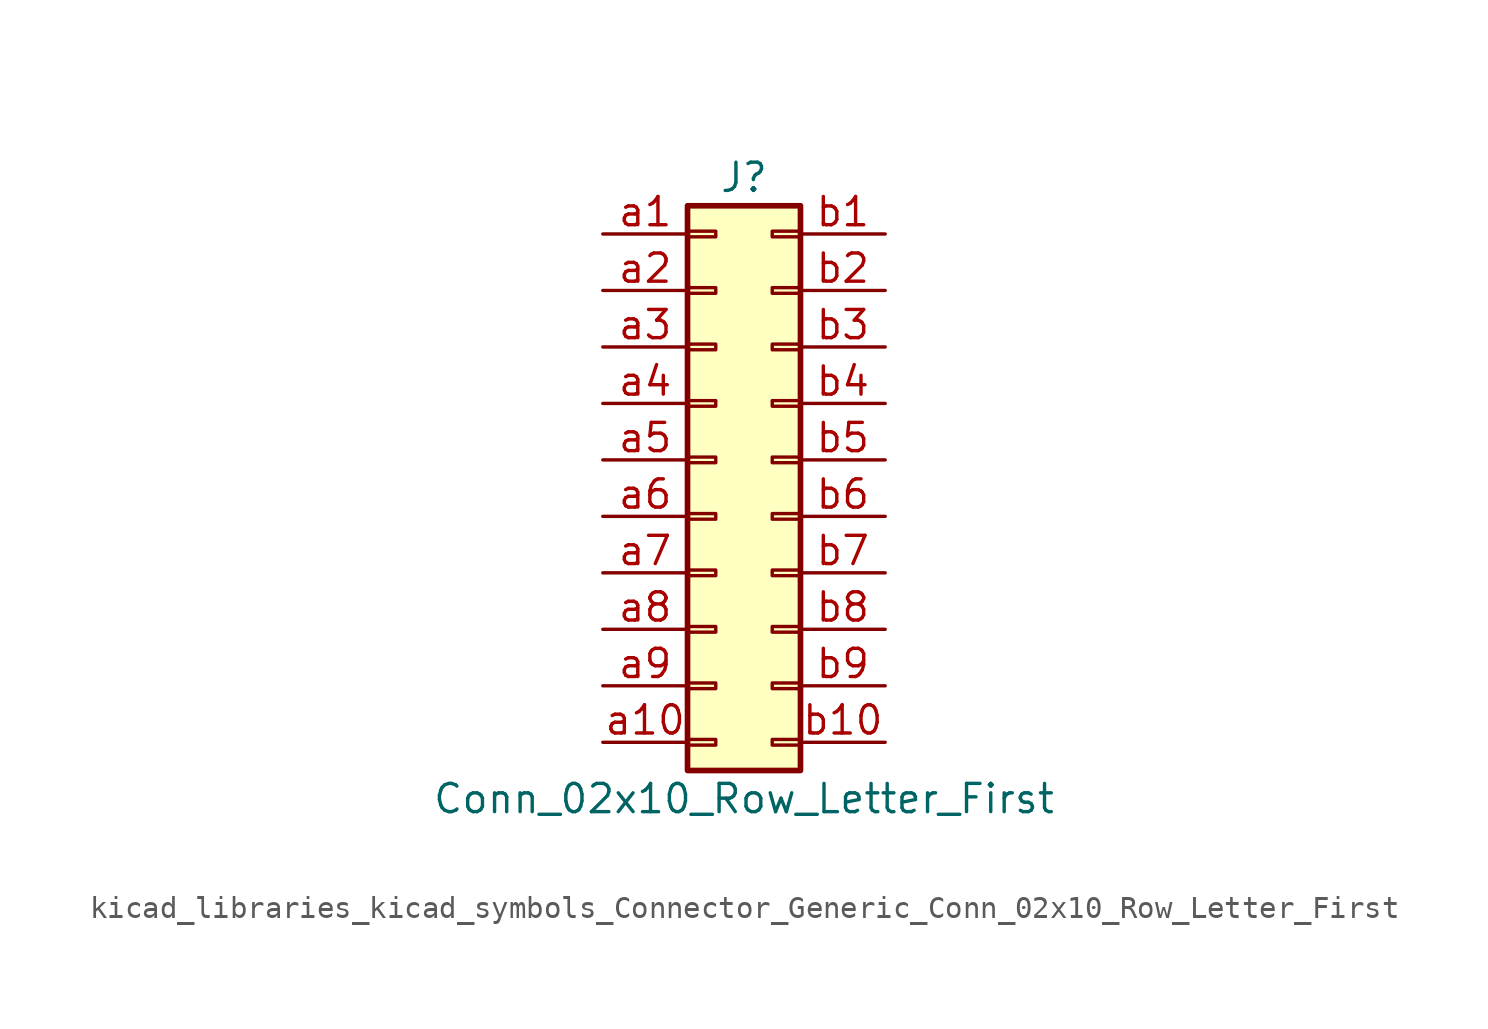
<source format=kicad_sym>
(kicad_symbol_lib
  (version 20220914)
  (generator kicad_symbol_editor)
  (symbol "kicad_libraries_kicad_symbols_Connector_Generic_Conn_02x10_Row_Letter_First"
    (pin_names
      (offset 1.016) hide)
    (property "Reference" "J"
      (at 1.27 12.7 0)
      (effects (font (size 1.27 1.27))))
    (property "Value" "Conn_02x10_Row_Letter_First"
      (at 1.27 -15.24 0)
      (effects (font (size 1.27 1.27))))
    (symbol "kicad_libraries_kicad_symbols_Connector_Generic_Conn_02x10_Row_Letter_First_1_1"
      (rectangle (start -1.27 -12.573) (end 0 -12.827) (stroke (width 0.152) (type default)) (fill (type none)))
      (rectangle (start -1.27 -10.033) (end 0 -10.287) (stroke (width 0.152) (type default)) (fill (type none)))
      (rectangle (start -1.27 -7.493) (end 0 -7.747) (stroke (width 0.152) (type default)) (fill (type none)))
      (rectangle (start -1.27 -4.953) (end 0 -5.207) (stroke (width 0.152) (type default)) (fill (type none)))
      (rectangle (start -1.27 -2.413) (end 0 -2.667) (stroke (width 0.152) (type default)) (fill (type none)))
      (rectangle (start -1.27 0.127) (end 0 -0.127) (stroke (width 0.152) (type default)) (fill (type none)))
      (rectangle (start -1.27 2.667) (end 0 2.413) (stroke (width 0.152) (type default)) (fill (type none)))
      (rectangle (start -1.27 5.207) (end 0 4.953) (stroke (width 0.152) (type default)) (fill (type none)))
      (rectangle (start -1.27 7.747) (end 0 7.493) (stroke (width 0.152) (type default)) (fill (type none)))
      (rectangle (start -1.27 10.287) (end 0 10.033) (stroke (width 0.152) (type default)) (fill (type none)))
      (rectangle (start -1.27 11.43) (end 3.81 -13.97) (stroke (width 0.254) (type default)) (fill (type background)))
      (rectangle (start 3.81 -12.573) (end 2.54 -12.827) (stroke (width 0.152) (type default)) (fill (type none)))
      (rectangle (start 3.81 -10.033) (end 2.54 -10.287) (stroke (width 0.152) (type default)) (fill (type none)))
      (rectangle (start 3.81 -7.493) (end 2.54 -7.747) (stroke (width 0.152) (type default)) (fill (type none)))
      (rectangle (start 3.81 -4.953) (end 2.54 -5.207) (stroke (width 0.152) (type default)) (fill (type none)))
      (rectangle (start 3.81 -2.413) (end 2.54 -2.667) (stroke (width 0.152) (type default)) (fill (type none)))
      (rectangle (start 3.81 0.127) (end 2.54 -0.127) (stroke (width 0.152) (type default)) (fill (type none)))
      (rectangle (start 3.81 2.667) (end 2.54 2.413) (stroke (width 0.152) (type default)) (fill (type none)))
      (rectangle (start 3.81 5.207) (end 2.54 4.953) (stroke (width 0.152) (type default)) (fill (type none)))
      (rectangle (start 3.81 7.747) (end 2.54 7.493) (stroke (width 0.152) (type default)) (fill (type none)))
      (rectangle (start 3.81 10.287) (end 2.54 10.033) (stroke (width 0.152) (type default)) (fill (type none)))
      (pin passive line (at -5.08 10.16 0) (length 3.81) (name "Pin_a1" (effects (font (size 1.27 1.27)))) (number "a1" (effects (font (size 1.27 1.27)))))
      (pin passive line (at -5.08 -12.7 0) (length 3.81) (name "Pin_a10" (effects (font (size 1.27 1.27)))) (number "a10" (effects (font (size 1.27 1.27)))))
      (pin passive line (at -5.08 7.62 0) (length 3.81) (name "Pin_a2" (effects (font (size 1.27 1.27)))) (number "a2" (effects (font (size 1.27 1.27)))))
      (pin passive line (at -5.08 5.08 0) (length 3.81) (name "Pin_a3" (effects (font (size 1.27 1.27)))) (number "a3" (effects (font (size 1.27 1.27)))))
      (pin passive line (at -5.08 2.54 0) (length 3.81) (name "Pin_a4" (effects (font (size 1.27 1.27)))) (number "a4" (effects (font (size 1.27 1.27)))))
      (pin passive line (at -5.08 0 0) (length 3.81) (name "Pin_a5" (effects (font (size 1.27 1.27)))) (number "a5" (effects (font (size 1.27 1.27)))))
      (pin passive line (at -5.08 -2.54 0) (length 3.81) (name "Pin_a6" (effects (font (size 1.27 1.27)))) (number "a6" (effects (font (size 1.27 1.27)))))
      (pin passive line (at -5.08 -5.08 0) (length 3.81) (name "Pin_a7" (effects (font (size 1.27 1.27)))) (number "a7" (effects (font (size 1.27 1.27)))))
      (pin passive line (at -5.08 -7.62 0) (length 3.81) (name "Pin_a8" (effects (font (size 1.27 1.27)))) (number "a8" (effects (font (size 1.27 1.27)))))
      (pin passive line (at -5.08 -10.16 0) (length 3.81) (name "Pin_a9" (effects (font (size 1.27 1.27)))) (number "a9" (effects (font (size 1.27 1.27)))))
      (pin passive line (at 7.62 10.16 180) (length 3.81) (name "Pin_b1" (effects (font (size 1.27 1.27)))) (number "b1" (effects (font (size 1.27 1.27)))))
      (pin passive line (at 7.62 -12.7 180) (length 3.81) (name "Pin_b10" (effects (font (size 1.27 1.27)))) (number "b10" (effects (font (size 1.27 1.27)))))
      (pin passive line (at 7.62 7.62 180) (length 3.81) (name "Pin_b2" (effects (font (size 1.27 1.27)))) (number "b2" (effects (font (size 1.27 1.27)))))
      (pin passive line (at 7.62 5.08 180) (length 3.81) (name "Pin_b3" (effects (font (size 1.27 1.27)))) (number "b3" (effects (font (size 1.27 1.27)))))
      (pin passive line (at 7.62 2.54 180) (length 3.81) (name "Pin_b4" (effects (font (size 1.27 1.27)))) (number "b4" (effects (font (size 1.27 1.27)))))
      (pin passive line (at 7.62 0 180) (length 3.81) (name "Pin_b5" (effects (font (size 1.27 1.27)))) (number "b5" (effects (font (size 1.27 1.27)))))
      (pin passive line (at 7.62 -2.54 180) (length 3.81) (name "Pin_b6" (effects (font (size 1.27 1.27)))) (number "b6" (effects (font (size 1.27 1.27)))))
      (pin passive line (at 7.62 -5.08 180) (length 3.81) (name "Pin_b7" (effects (font (size 1.27 1.27)))) (number "b7" (effects (font (size 1.27 1.27)))))
      (pin passive line (at 7.62 -7.62 180) (length 3.81) (name "Pin_b8" (effects (font (size 1.27 1.27)))) (number "b8" (effects (font (size 1.27 1.27)))))
      (pin passive line (at 7.62 -10.16 180) (length 3.81) (name "Pin_b9" (effects (font (size 1.27 1.27)))) (number "b9" (effects (font (size 1.27 1.27))))))))
</source>
